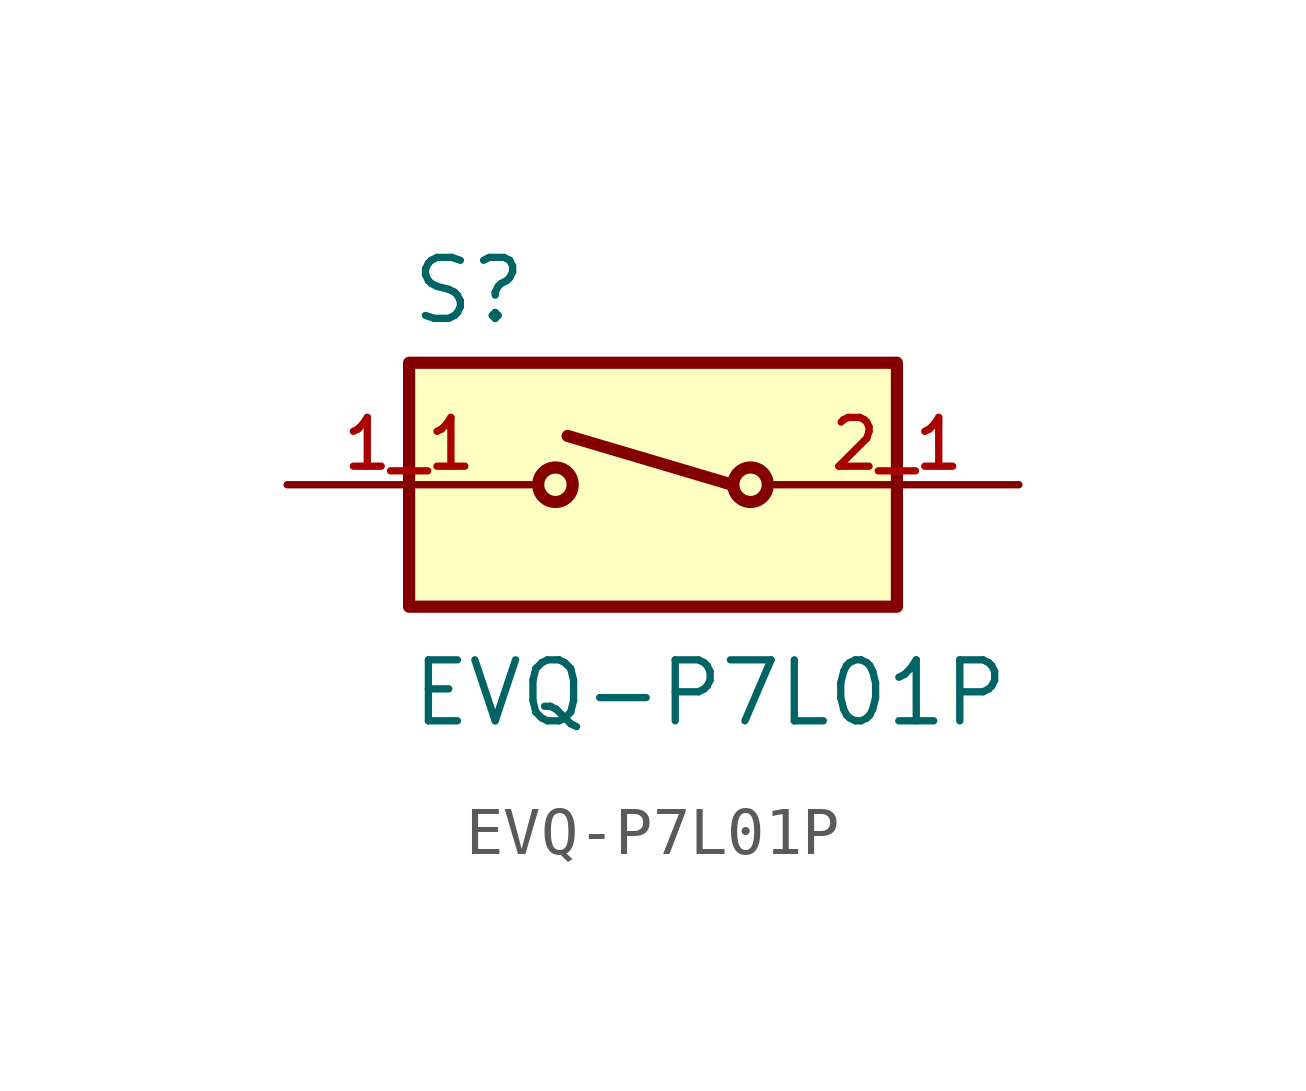
<source format=kicad_sym>
(kicad_symbol_lib
  (version 20211014)
  (generator kicad_symbol_editor)
  (symbol "EVQ-P7L01P"
    (pin_names
      (offset 1.016))
    (property "Reference" "S"
      (at -5.08 3.302 0)
      (effects (font (size 1.27 1.27)) (justify bottom left)))
    (property "Value" "EVQ-P7L01P"
      (at -5.08 -5.08 0)
      (effects (font (size 1.27 1.27)) (justify bottom left)))
    (symbol "EVQ-P7L01P_0_0"
      (circle (center -2.032 0.0) (radius 0.359) (stroke (width 0.254)) (fill (type none)))
      (circle (center 2.032 0.0) (radius 0.359) (stroke (width 0.254)) (fill (type none)))
      (polyline (pts (xy 1.651 0.0) (xy -1.778 1.016)) (stroke (width 0.254)))
      (rectangle (start -5.08 -2.54) (end 5.08 2.54) (stroke (width 0.254)) (fill (type background)))
      (pin passive line (at -7.62 0.0 0) (length 5.08) (name "~" (effects (font (size 1.016 1.016)))) (number "1_1" (effects (font (size 1.016 1.016)))))
      (pin passive line (at 7.62 0.0 180.0) (length 5.08) (name "~" (effects (font (size 1.016 1.016)))) (number "2_1" (effects (font (size 1.016 1.016))))))))
</source>
